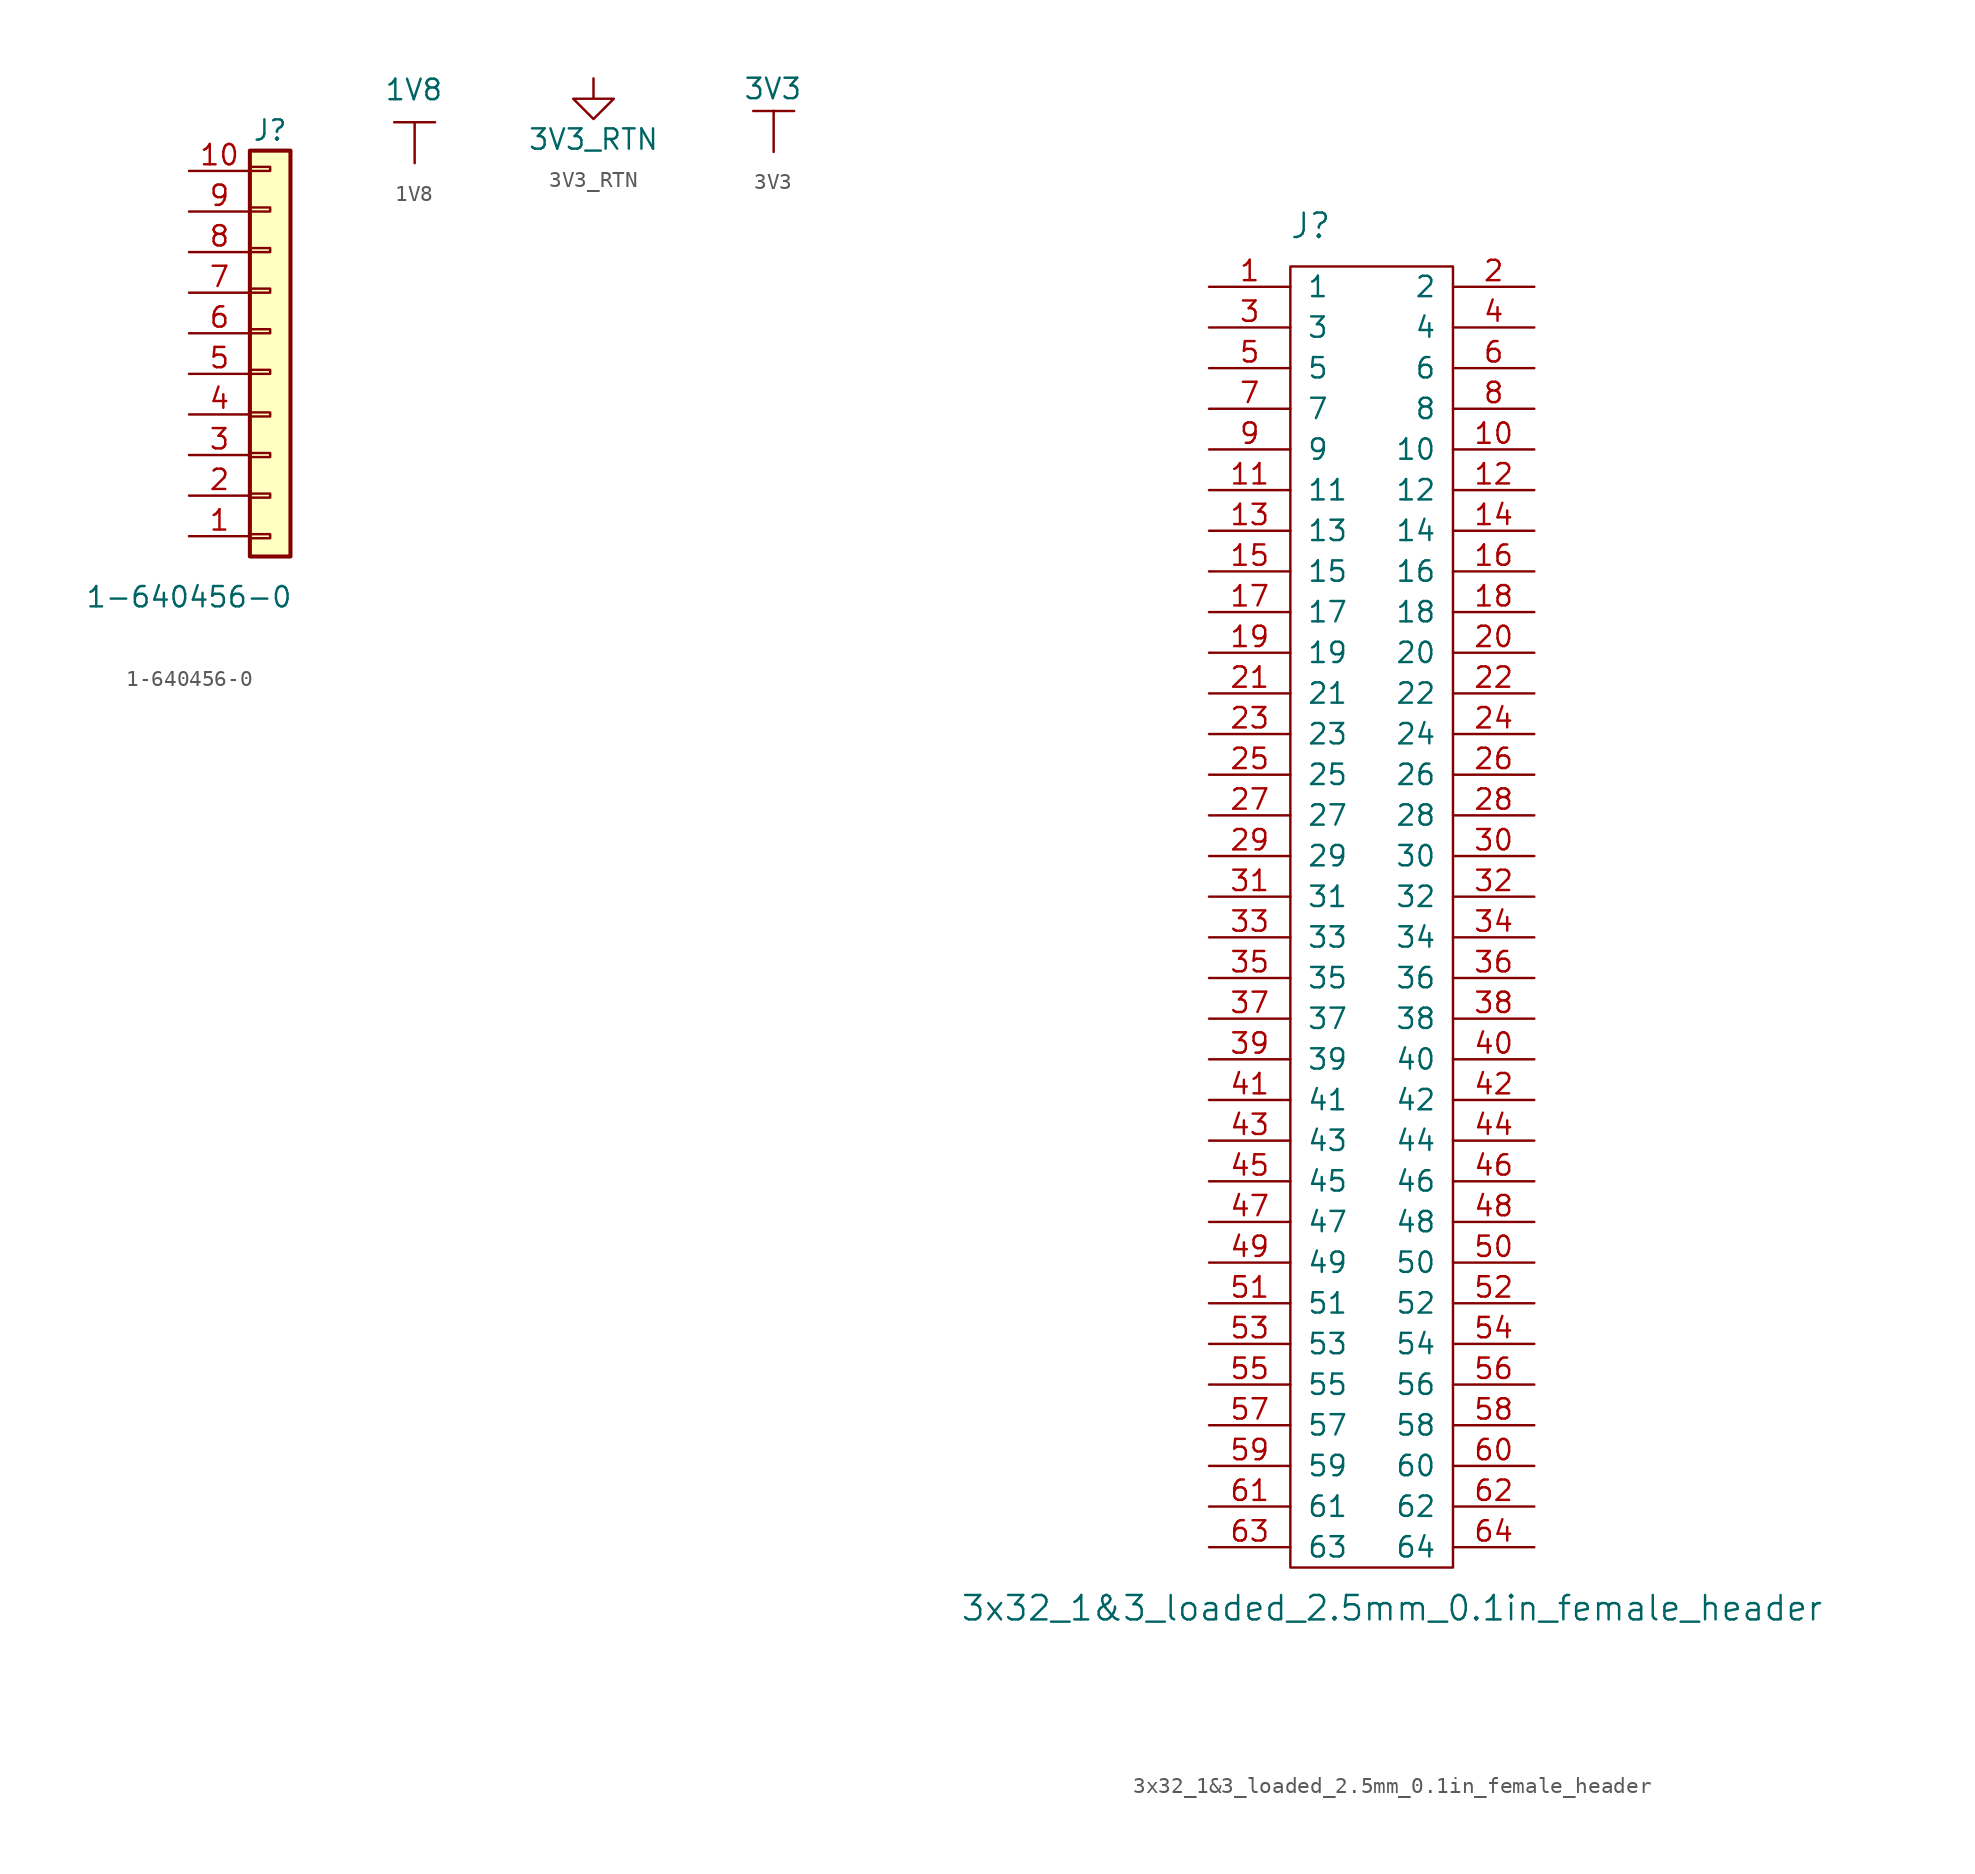
<source format=kicad_sym>
(kicad_symbol_lib
  (version 20210619)
  (generator kicad_symbol_editor)
  (symbol "custom:1-640456-0"
    (pin_names
      (offset 1.016) hide)
    (property "Reference" "J"
      (at 5.08 13.97 0)
      (effects (font (size 1.27 1.27))))
    (property "Value" "1-640456-0"
      (at 0 -15.24 0)
      (effects (font (size 1.27 1.27))))
    (symbol "1-640456-0_1_1"
      (rectangle (start 3.81 -11.557) (end 5.08 -11.303) (stroke (width 0.152)) (fill (type none)))
      (rectangle (start 3.81 -9.017) (end 5.08 -8.763) (stroke (width 0.152)) (fill (type none)))
      (rectangle (start 3.81 -6.477) (end 5.08 -6.223) (stroke (width 0.152)) (fill (type none)))
      (rectangle (start 3.81 -3.937) (end 5.08 -3.683) (stroke (width 0.152)) (fill (type none)))
      (rectangle (start 3.81 -1.27) (end 5.08 -1.016) (stroke (width 0.152)) (fill (type none)))
      (rectangle (start 3.81 1.27) (end 5.08 1.524) (stroke (width 0.152)) (fill (type none)))
      (rectangle (start 3.81 3.81) (end 5.08 4.064) (stroke (width 0.152)) (fill (type none)))
      (rectangle (start 3.81 6.35) (end 5.08 6.604) (stroke (width 0.152)) (fill (type none)))
      (rectangle (start 3.81 8.89) (end 5.08 9.144) (stroke (width 0.152)) (fill (type none)))
      (rectangle (start 3.81 11.43) (end 5.08 11.684) (stroke (width 0.152)) (fill (type none)))
      (rectangle (start 3.81 -12.7) (end 6.35 12.7) (stroke (width 0.254)) (fill (type background)))
      (pin passive line (at 0 -11.43 0) (length 3.81) (name "" (effects (font (size 1.27 1.27)))) (number "1" (effects (font (size 1.27 1.27)))))
      (pin passive line (at 0 11.43 0) (length 3.81) (name "" (effects (font (size 1.27 1.27)))) (number "10" (effects (font (size 1.27 1.27)))))
      (pin passive line (at 0 -8.89 0) (length 3.81) (name "" (effects (font (size 1.27 1.27)))) (number "2" (effects (font (size 1.27 1.27)))))
      (pin passive line (at 0 -6.35 0) (length 3.81) (name "" (effects (font (size 1.27 1.27)))) (number "3" (effects (font (size 1.27 1.27)))))
      (pin passive line (at 0 -3.81 0) (length 3.81) (name "" (effects (font (size 1.27 1.27)))) (number "4" (effects (font (size 1.27 1.27)))))
      (pin passive line (at 0 -1.27 0) (length 3.81) (name "" (effects (font (size 1.27 1.27)))) (number "5" (effects (font (size 1.27 1.27)))))
      (pin passive line (at 0 1.27 0) (length 3.81) (name "" (effects (font (size 1.27 1.27)))) (number "6" (effects (font (size 1.27 1.27)))))
      (pin passive line (at 0 3.81 0) (length 3.81) (name "" (effects (font (size 1.27 1.27)))) (number "7" (effects (font (size 1.27 1.27)))))
      (pin passive line (at 0 6.35 0) (length 3.81) (name "" (effects (font (size 1.27 1.27)))) (number "8" (effects (font (size 1.27 1.27)))))
      (pin passive line (at 0 8.89 0) (length 3.81) (name "" (effects (font (size 1.27 1.27)))) (number "9" (effects (font (size 1.27 1.27)))))))
  (symbol "custom:1V8"
    (power)
    (pin_names
      (offset 0))
    (property "Reference" "#PWR"
      (at 5.08 1.27 0)
      (effects (font (size 1.27 1.27)) hide))
    (property "Value" "1V8"
      (at -1.905 3.81 0)
      (effects (font (size 1.27 1.27)) (justify left bottom)))
    (symbol "1V8_0_1"
      (polyline (pts (xy -1.27 2.54) (xy 0 2.54)) (stroke (width 0)) (fill (type none)))
      (polyline (pts (xy 0 0) (xy 0 2.54)) (stroke (width 0)) (fill (type none)))
      (polyline (pts (xy 0 2.54) (xy 1.27 2.54)) (stroke (width 0)) (fill (type none))))
    (symbol "1V8_1_1"
      (pin power_in line (at 0 0 90) (length 0) hide (name "1V8" (effects (font (size 1.27 1.27)))) (number "1" (effects (font (size 1.27 1.27)))))))
  (symbol "custom:3V3_RTN"
    (power)
    (pin_names
      (offset 0))
    (property "Reference" "#PWR"
      (at 0 -6.35 0)
      (effects (font (size 1.27 1.27)) hide))
    (property "Value" "3V3_RTN"
      (at 0 -3.81 0)
      (effects (font (size 1.27 1.27))))
    (symbol "3V3_RTN_0_1"
      (polyline (pts (xy 0 0) (xy 0 -1.27) (xy 1.27 -1.27) (xy 0 -2.54) (xy -1.27 -1.27) (xy 0 -1.27)) (stroke (width 0)) (fill (type none))))
    (symbol "3V3_RTN_1_1"
      (pin power_in line (at 0 0 270) (length 0) hide (name "3V3_RTN" (effects (font (size 1.27 1.27)))) (number "1" (effects (font (size 1.27 1.27)))))))
  (symbol "custom:3V3"
    (power)
    (pin_names
      (offset 0))
    (property "Reference" "#PWR"
      (at 5.08 1.27 0)
      (effects (font (size 1.27 1.27)) hide))
    (property "Value" "3V3"
      (at -1.905 3.175 0)
      (effects (font (size 1.27 1.27)) (justify left bottom)))
    (symbol "3V3_0_1"
      (polyline (pts (xy -1.27 2.54) (xy 0 2.54)) (stroke (width 0)) (fill (type none)))
      (polyline (pts (xy 0 0) (xy 0 2.54)) (stroke (width 0)) (fill (type none)))
      (polyline (pts (xy 0 2.54) (xy 1.27 2.54)) (stroke (width 0)) (fill (type none))))
    (symbol "3V3_1_1"
      (pin power_in line (at 0 0 90) (length 0) hide (name "3V3" (effects (font (size 1.27 1.27)))) (number "1" (effects (font (size 1.27 1.27)))))))
  (symbol "custom:3x32_1&3_loaded_2.5mm_0.1in_female_header"
    (pin_names
      (offset 1.016))
    (property "Reference" "J"
      (at -3.81 43.18 0)
      (effects (font (size 1.524 1.524))))
    (property "Value" "3x32_1&3_loaded_2.5mm_0.1in_female_header"
      (at 1.27 -43.18 0)
      (effects (font (size 1.524 1.524))))
    (symbol "3x32_1&3_loaded_2.5mm_0.1in_female_header_0_1"
      (rectangle (start -5.08 40.64) (end 5.08 -40.64) (stroke (width 0)) (fill (type none))))
    (symbol "3x32_1&3_loaded_2.5mm_0.1in_female_header_1_1"
      (pin input line (at -10.16 39.37 0) (length 5.08) (name "1" (effects (font (size 1.27 1.27)))) (number "1" (effects (font (size 1.27 1.27)))))
      (pin input line (at 10.16 29.21 180) (length 5.08) (name "10" (effects (font (size 1.27 1.27)))) (number "10" (effects (font (size 1.27 1.27)))))
      (pin input line (at -10.16 26.67 0) (length 5.08) (name "11" (effects (font (size 1.27 1.27)))) (number "11" (effects (font (size 1.27 1.27)))))
      (pin input line (at 10.16 26.67 180) (length 5.08) (name "12" (effects (font (size 1.27 1.27)))) (number "12" (effects (font (size 1.27 1.27)))))
      (pin input line (at -10.16 24.13 0) (length 5.08) (name "13" (effects (font (size 1.27 1.27)))) (number "13" (effects (font (size 1.27 1.27)))))
      (pin input line (at 10.16 24.13 180) (length 5.08) (name "14" (effects (font (size 1.27 1.27)))) (number "14" (effects (font (size 1.27 1.27)))))
      (pin input line (at -10.16 21.59 0) (length 5.08) (name "15" (effects (font (size 1.27 1.27)))) (number "15" (effects (font (size 1.27 1.27)))))
      (pin input line (at 10.16 21.59 180) (length 5.08) (name "16" (effects (font (size 1.27 1.27)))) (number "16" (effects (font (size 1.27 1.27)))))
      (pin input line (at -10.16 19.05 0) (length 5.08) (name "17" (effects (font (size 1.27 1.27)))) (number "17" (effects (font (size 1.27 1.27)))))
      (pin input line (at 10.16 19.05 180) (length 5.08) (name "18" (effects (font (size 1.27 1.27)))) (number "18" (effects (font (size 1.27 1.27)))))
      (pin input line (at -10.16 16.51 0) (length 5.08) (name "19" (effects (font (size 1.27 1.27)))) (number "19" (effects (font (size 1.27 1.27)))))
      (pin input line (at 10.16 39.37 180) (length 5.08) (name "2" (effects (font (size 1.27 1.27)))) (number "2" (effects (font (size 1.27 1.27)))))
      (pin input line (at 10.16 16.51 180) (length 5.08) (name "20" (effects (font (size 1.27 1.27)))) (number "20" (effects (font (size 1.27 1.27)))))
      (pin input line (at -10.16 13.97 0) (length 5.08) (name "21" (effects (font (size 1.27 1.27)))) (number "21" (effects (font (size 1.27 1.27)))))
      (pin input line (at 10.16 13.97 180) (length 5.08) (name "22" (effects (font (size 1.27 1.27)))) (number "22" (effects (font (size 1.27 1.27)))))
      (pin input line (at -10.16 11.43 0) (length 5.08) (name "23" (effects (font (size 1.27 1.27)))) (number "23" (effects (font (size 1.27 1.27)))))
      (pin input line (at 10.16 11.43 180) (length 5.08) (name "24" (effects (font (size 1.27 1.27)))) (number "24" (effects (font (size 1.27 1.27)))))
      (pin input line (at -10.16 8.89 0) (length 5.08) (name "25" (effects (font (size 1.27 1.27)))) (number "25" (effects (font (size 1.27 1.27)))))
      (pin input line (at 10.16 8.89 180) (length 5.08) (name "26" (effects (font (size 1.27 1.27)))) (number "26" (effects (font (size 1.27 1.27)))))
      (pin input line (at -10.16 6.35 0) (length 5.08) (name "27" (effects (font (size 1.27 1.27)))) (number "27" (effects (font (size 1.27 1.27)))))
      (pin input line (at 10.16 6.35 180) (length 5.08) (name "28" (effects (font (size 1.27 1.27)))) (number "28" (effects (font (size 1.27 1.27)))))
      (pin input line (at -10.16 3.81 0) (length 5.08) (name "29" (effects (font (size 1.27 1.27)))) (number "29" (effects (font (size 1.27 1.27)))))
      (pin input line (at -10.16 36.83 0) (length 5.08) (name "3" (effects (font (size 1.27 1.27)))) (number "3" (effects (font (size 1.27 1.27)))))
      (pin input line (at 10.16 3.81 180) (length 5.08) (name "30" (effects (font (size 1.27 1.27)))) (number "30" (effects (font (size 1.27 1.27)))))
      (pin input line (at -10.16 1.27 0) (length 5.08) (name "31" (effects (font (size 1.27 1.27)))) (number "31" (effects (font (size 1.27 1.27)))))
      (pin input line (at 10.16 1.27 180) (length 5.08) (name "32" (effects (font (size 1.27 1.27)))) (number "32" (effects (font (size 1.27 1.27)))))
      (pin input line (at -10.16 -1.27 0) (length 5.08) (name "33" (effects (font (size 1.27 1.27)))) (number "33" (effects (font (size 1.27 1.27)))))
      (pin input line (at 10.16 -1.27 180) (length 5.08) (name "34" (effects (font (size 1.27 1.27)))) (number "34" (effects (font (size 1.27 1.27)))))
      (pin input line (at -10.16 -3.81 0) (length 5.08) (name "35" (effects (font (size 1.27 1.27)))) (number "35" (effects (font (size 1.27 1.27)))))
      (pin input line (at 10.16 -3.81 180) (length 5.08) (name "36" (effects (font (size 1.27 1.27)))) (number "36" (effects (font (size 1.27 1.27)))))
      (pin input line (at -10.16 -6.35 0) (length 5.08) (name "37" (effects (font (size 1.27 1.27)))) (number "37" (effects (font (size 1.27 1.27)))))
      (pin input line (at 10.16 -6.35 180) (length 5.08) (name "38" (effects (font (size 1.27 1.27)))) (number "38" (effects (font (size 1.27 1.27)))))
      (pin input line (at -10.16 -8.89 0) (length 5.08) (name "39" (effects (font (size 1.27 1.27)))) (number "39" (effects (font (size 1.27 1.27)))))
      (pin input line (at 10.16 36.83 180) (length 5.08) (name "4" (effects (font (size 1.27 1.27)))) (number "4" (effects (font (size 1.27 1.27)))))
      (pin input line (at 10.16 -8.89 180) (length 5.08) (name "40" (effects (font (size 1.27 1.27)))) (number "40" (effects (font (size 1.27 1.27)))))
      (pin input line (at -10.16 -11.43 0) (length 5.08) (name "41" (effects (font (size 1.27 1.27)))) (number "41" (effects (font (size 1.27 1.27)))))
      (pin input line (at 10.16 -11.43 180) (length 5.08) (name "42" (effects (font (size 1.27 1.27)))) (number "42" (effects (font (size 1.27 1.27)))))
      (pin input line (at -10.16 -13.97 0) (length 5.08) (name "43" (effects (font (size 1.27 1.27)))) (number "43" (effects (font (size 1.27 1.27)))))
      (pin input line (at 10.16 -13.97 180) (length 5.08) (name "44" (effects (font (size 1.27 1.27)))) (number "44" (effects (font (size 1.27 1.27)))))
      (pin input line (at -10.16 -16.51 0) (length 5.08) (name "45" (effects (font (size 1.27 1.27)))) (number "45" (effects (font (size 1.27 1.27)))))
      (pin input line (at 10.16 -16.51 180) (length 5.08) (name "46" (effects (font (size 1.27 1.27)))) (number "46" (effects (font (size 1.27 1.27)))))
      (pin input line (at -10.16 -19.05 0) (length 5.08) (name "47" (effects (font (size 1.27 1.27)))) (number "47" (effects (font (size 1.27 1.27)))))
      (pin input line (at 10.16 -19.05 180) (length 5.08) (name "48" (effects (font (size 1.27 1.27)))) (number "48" (effects (font (size 1.27 1.27)))))
      (pin input line (at -10.16 -21.59 0) (length 5.08) (name "49" (effects (font (size 1.27 1.27)))) (number "49" (effects (font (size 1.27 1.27)))))
      (pin input line (at -10.16 34.29 0) (length 5.08) (name "5" (effects (font (size 1.27 1.27)))) (number "5" (effects (font (size 1.27 1.27)))))
      (pin input line (at 10.16 -21.59 180) (length 5.08) (name "50" (effects (font (size 1.27 1.27)))) (number "50" (effects (font (size 1.27 1.27)))))
      (pin input line (at -10.16 -24.13 0) (length 5.08) (name "51" (effects (font (size 1.27 1.27)))) (number "51" (effects (font (size 1.27 1.27)))))
      (pin input line (at 10.16 -24.13 180) (length 5.08) (name "52" (effects (font (size 1.27 1.27)))) (number "52" (effects (font (size 1.27 1.27)))))
      (pin input line (at -10.16 -26.67 0) (length 5.08) (name "53" (effects (font (size 1.27 1.27)))) (number "53" (effects (font (size 1.27 1.27)))))
      (pin input line (at 10.16 -26.67 180) (length 5.08) (name "54" (effects (font (size 1.27 1.27)))) (number "54" (effects (font (size 1.27 1.27)))))
      (pin input line (at -10.16 -29.21 0) (length 5.08) (name "55" (effects (font (size 1.27 1.27)))) (number "55" (effects (font (size 1.27 1.27)))))
      (pin input line (at 10.16 -29.21 180) (length 5.08) (name "56" (effects (font (size 1.27 1.27)))) (number "56" (effects (font (size 1.27 1.27)))))
      (pin input line (at -10.16 -31.75 0) (length 5.08) (name "57" (effects (font (size 1.27 1.27)))) (number "57" (effects (font (size 1.27 1.27)))))
      (pin input line (at 10.16 -31.75 180) (length 5.08) (name "58" (effects (font (size 1.27 1.27)))) (number "58" (effects (font (size 1.27 1.27)))))
      (pin input line (at -10.16 -34.29 0) (length 5.08) (name "59" (effects (font (size 1.27 1.27)))) (number "59" (effects (font (size 1.27 1.27)))))
      (pin input line (at 10.16 34.29 180) (length 5.08) (name "6" (effects (font (size 1.27 1.27)))) (number "6" (effects (font (size 1.27 1.27)))))
      (pin input line (at 10.16 -34.29 180) (length 5.08) (name "60" (effects (font (size 1.27 1.27)))) (number "60" (effects (font (size 1.27 1.27)))))
      (pin input line (at -10.16 -36.83 0) (length 5.08) (name "61" (effects (font (size 1.27 1.27)))) (number "61" (effects (font (size 1.27 1.27)))))
      (pin input line (at 10.16 -36.83 180) (length 5.08) (name "62" (effects (font (size 1.27 1.27)))) (number "62" (effects (font (size 1.27 1.27)))))
      (pin input line (at -10.16 -39.37 0) (length 5.08) (name "63" (effects (font (size 1.27 1.27)))) (number "63" (effects (font (size 1.27 1.27)))))
      (pin input line (at 10.16 -39.37 180) (length 5.08) (name "64" (effects (font (size 1.27 1.27)))) (number "64" (effects (font (size 1.27 1.27)))))
      (pin input line (at -10.16 31.75 0) (length 5.08) (name "7" (effects (font (size 1.27 1.27)))) (number "7" (effects (font (size 1.27 1.27)))))
      (pin input line (at 10.16 31.75 180) (length 5.08) (name "8" (effects (font (size 1.27 1.27)))) (number "8" (effects (font (size 1.27 1.27)))))
      (pin input line (at -10.16 29.21 0) (length 5.08) (name "9" (effects (font (size 1.27 1.27)))) (number "9" (effects (font (size 1.27 1.27))))))))
</source>
